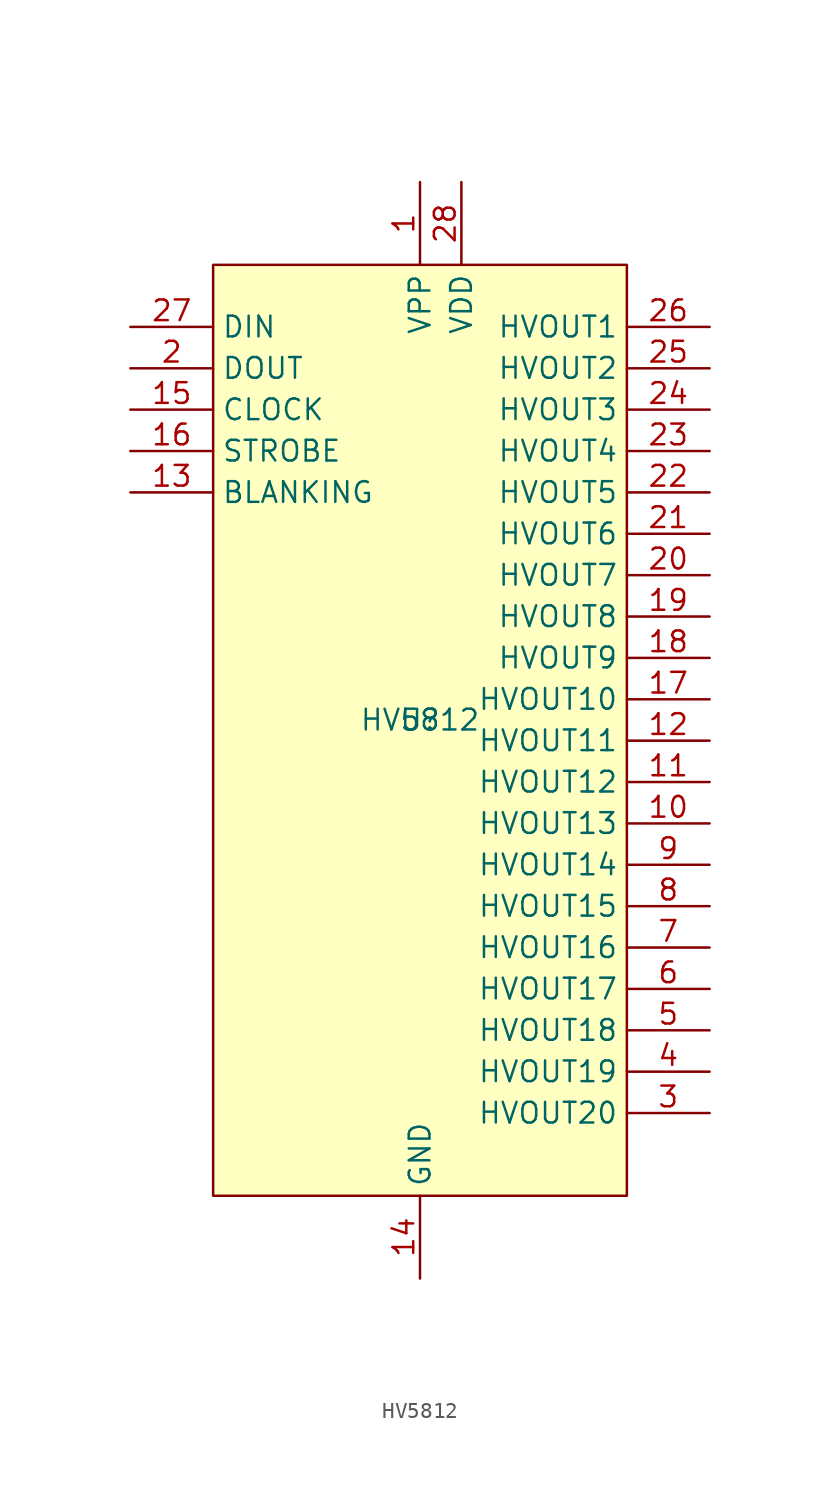
<source format=kicad_sym>
(kicad_symbol_lib
  (version 20231120)
  (generator "kicad_symbol_editor")
  (generator_version "8.0")
  (symbol "HV5812"
    (property "Reference" "U"
      (at 0 0 0)
      (effects (font (size 1.27 1.27))))
    (property "Value" "HV5812"
      (at 0 0 0)
      (effects (font (size 1.27 1.27))))
    (symbol "HV5812_1_1"
      (rectangle (start -12.7 27.94) (end 12.7 -29.21) (stroke (width 0) (type default)) (fill (type background)))
      (pin power_in line (at 0 33.02 270) (length 5.08) (name "VPP" (effects (font (size 1.27 1.27)))) (number "1" (effects (font (size 1.27 1.27)))))
      (pin output line (at 17.78 -6.35 180) (length 5.08) (name "HVOUT13" (effects (font (size 1.27 1.27)))) (number "10" (effects (font (size 1.27 1.27)))))
      (pin output line (at 17.78 -3.81 180) (length 5.08) (name "HVOUT12" (effects (font (size 1.27 1.27)))) (number "11" (effects (font (size 1.27 1.27)))))
      (pin output line (at 17.78 -1.27 180) (length 5.08) (name "HVOUT11" (effects (font (size 1.27 1.27)))) (number "12" (effects (font (size 1.27 1.27)))))
      (pin input line (at -17.78 13.97 0) (length 5.08) (name "BLANKING" (effects (font (size 1.27 1.27)))) (number "13" (effects (font (size 1.27 1.27)))))
      (pin power_in line (at 0 -34.29 90) (length 5.08) (name "GND" (effects (font (size 1.27 1.27)))) (number "14" (effects (font (size 1.27 1.27)))))
      (pin input line (at -17.78 19.05 0) (length 5.08) (name "CLOCK" (effects (font (size 1.27 1.27)))) (number "15" (effects (font (size 1.27 1.27)))))
      (pin input line (at -17.78 16.51 0) (length 5.08) (name "STROBE" (effects (font (size 1.27 1.27)))) (number "16" (effects (font (size 1.27 1.27)))))
      (pin output line (at 17.78 1.27 180) (length 5.08) (name "HVOUT10" (effects (font (size 1.27 1.27)))) (number "17" (effects (font (size 1.27 1.27)))))
      (pin output line (at 17.78 3.81 180) (length 5.08) (name "HVOUT9" (effects (font (size 1.27 1.27)))) (number "18" (effects (font (size 1.27 1.27)))))
      (pin output line (at 17.78 6.35 180) (length 5.08) (name "HVOUT8" (effects (font (size 1.27 1.27)))) (number "19" (effects (font (size 1.27 1.27)))))
      (pin output line (at -17.78 21.59 0) (length 5.08) (name "DOUT" (effects (font (size 1.27 1.27)))) (number "2" (effects (font (size 1.27 1.27)))))
      (pin output line (at 17.78 8.89 180) (length 5.08) (name "HVOUT7" (effects (font (size 1.27 1.27)))) (number "20" (effects (font (size 1.27 1.27)))))
      (pin output line (at 17.78 11.43 180) (length 5.08) (name "HVOUT6" (effects (font (size 1.27 1.27)))) (number "21" (effects (font (size 1.27 1.27)))))
      (pin output line (at 17.78 13.97 180) (length 5.08) (name "HVOUT5" (effects (font (size 1.27 1.27)))) (number "22" (effects (font (size 1.27 1.27)))))
      (pin output line (at 17.78 16.51 180) (length 5.08) (name "HVOUT4" (effects (font (size 1.27 1.27)))) (number "23" (effects (font (size 1.27 1.27)))))
      (pin output line (at 17.78 19.05 180) (length 5.08) (name "HVOUT3" (effects (font (size 1.27 1.27)))) (number "24" (effects (font (size 1.27 1.27)))))
      (pin output line (at 17.78 21.59 180) (length 5.08) (name "HVOUT2" (effects (font (size 1.27 1.27)))) (number "25" (effects (font (size 1.27 1.27)))))
      (pin output line (at 17.78 24.13 180) (length 5.08) (name "HVOUT1" (effects (font (size 1.27 1.27)))) (number "26" (effects (font (size 1.27 1.27)))))
      (pin input line (at -17.78 24.13 0) (length 5.08) (name "DIN" (effects (font (size 1.27 1.27)))) (number "27" (effects (font (size 1.27 1.27)))))
      (pin power_in line (at 2.54 33.02 270) (length 5.08) (name "VDD" (effects (font (size 1.27 1.27)))) (number "28" (effects (font (size 1.27 1.27)))))
      (pin output line (at 17.78 -24.13 180) (length 5.08) (name "HVOUT20" (effects (font (size 1.27 1.27)))) (number "3" (effects (font (size 1.27 1.27)))))
      (pin output line (at 17.78 -21.59 180) (length 5.08) (name "HVOUT19" (effects (font (size 1.27 1.27)))) (number "4" (effects (font (size 1.27 1.27)))))
      (pin output line (at 17.78 -19.05 180) (length 5.08) (name "HVOUT18" (effects (font (size 1.27 1.27)))) (number "5" (effects (font (size 1.27 1.27)))))
      (pin output line (at 17.78 -16.51 180) (length 5.08) (name "HVOUT17" (effects (font (size 1.27 1.27)))) (number "6" (effects (font (size 1.27 1.27)))))
      (pin output line (at 17.78 -13.97 180) (length 5.08) (name "HVOUT16" (effects (font (size 1.27 1.27)))) (number "7" (effects (font (size 1.27 1.27)))))
      (pin output line (at 17.78 -11.43 180) (length 5.08) (name "HVOUT15" (effects (font (size 1.27 1.27)))) (number "8" (effects (font (size 1.27 1.27)))))
      (pin output line (at 17.78 -8.89 180) (length 5.08) (name "HVOUT14" (effects (font (size 1.27 1.27)))) (number "9" (effects (font (size 1.27 1.27))))))))
</source>
